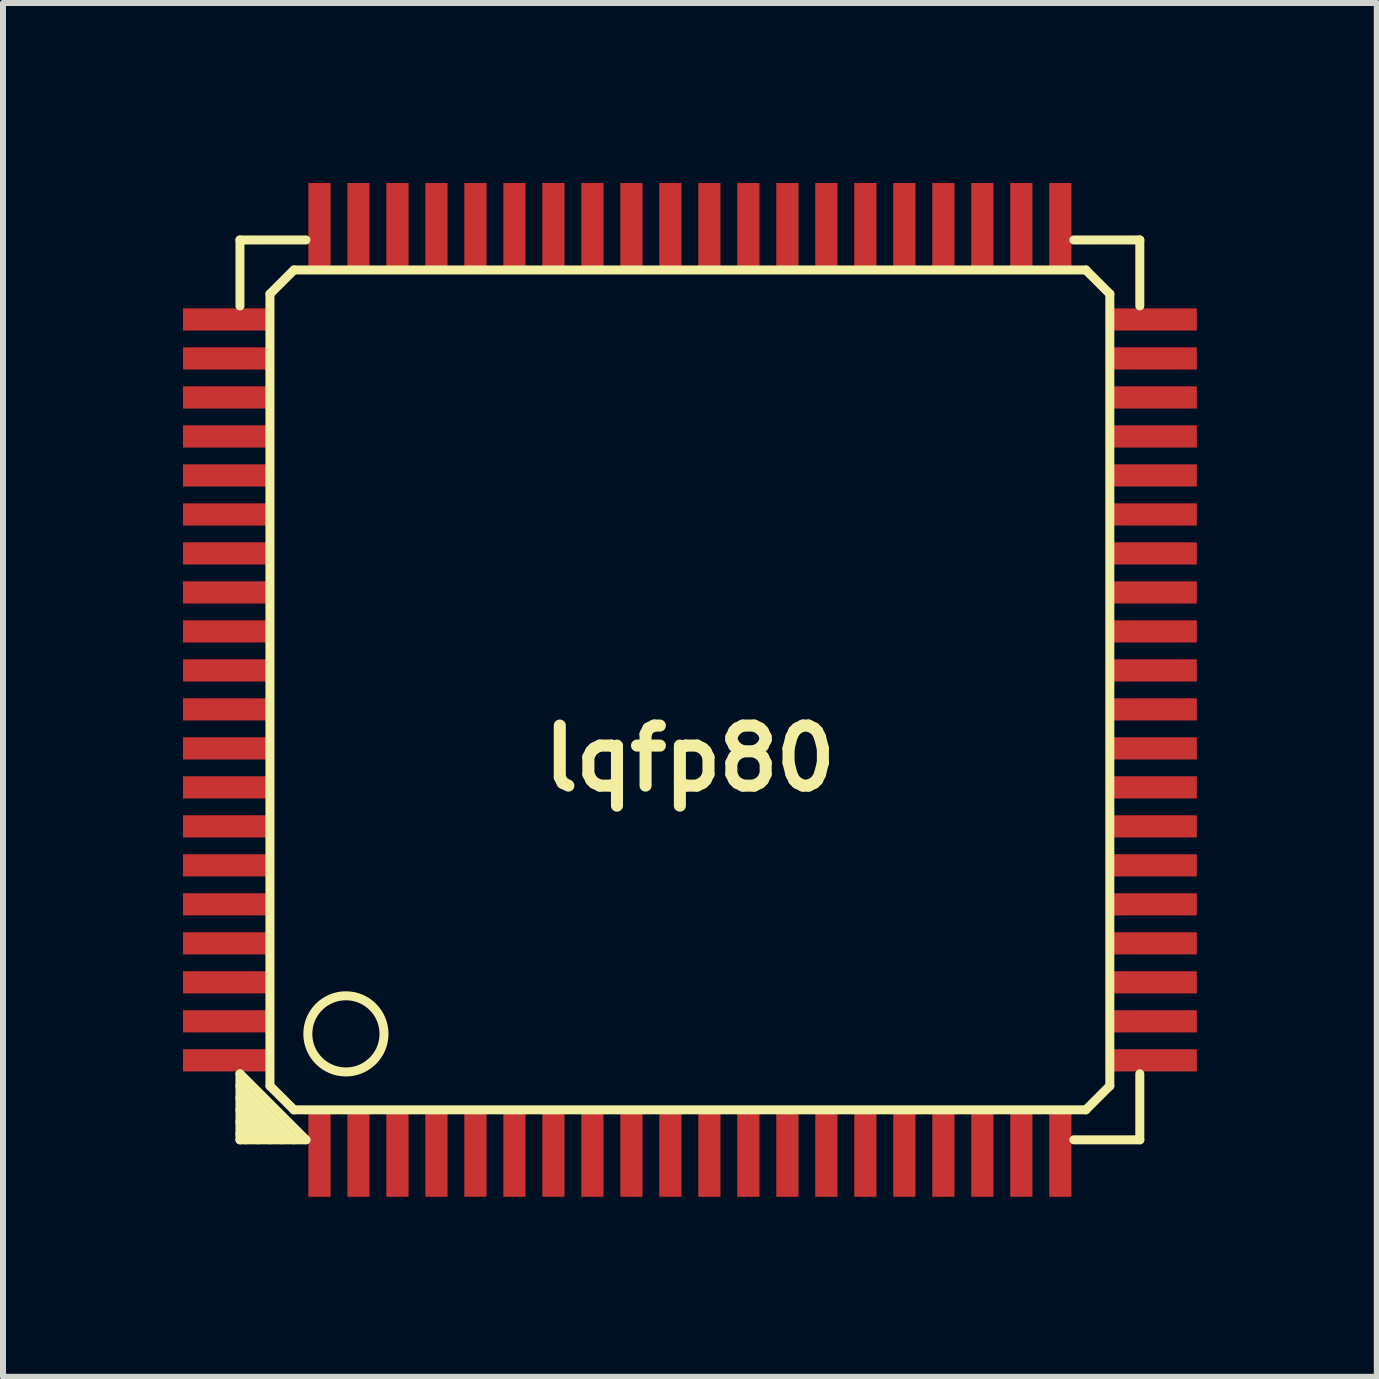
<source format=kicad_pcb>
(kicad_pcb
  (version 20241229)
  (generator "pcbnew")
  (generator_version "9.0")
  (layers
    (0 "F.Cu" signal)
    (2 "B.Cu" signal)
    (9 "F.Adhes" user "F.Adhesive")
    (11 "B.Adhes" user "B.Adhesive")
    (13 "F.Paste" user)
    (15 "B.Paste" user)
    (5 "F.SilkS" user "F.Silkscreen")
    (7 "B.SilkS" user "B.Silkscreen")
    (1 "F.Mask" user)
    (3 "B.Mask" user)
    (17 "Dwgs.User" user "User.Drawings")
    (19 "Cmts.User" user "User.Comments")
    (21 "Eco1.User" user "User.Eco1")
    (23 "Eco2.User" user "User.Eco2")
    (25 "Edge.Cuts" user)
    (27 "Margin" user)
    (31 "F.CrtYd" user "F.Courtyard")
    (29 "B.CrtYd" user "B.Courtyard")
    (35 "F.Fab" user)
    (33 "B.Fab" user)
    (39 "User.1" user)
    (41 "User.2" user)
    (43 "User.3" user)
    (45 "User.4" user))
  (footprint "lqfp80"
    (layer "F.Cu")
    (at 8.45 8.45)
    (property "Reference" "lqfp80" (at 0 1.143 0) (layer "F.SilkS") (effects (font (size 1.001 1.001) (thickness 0.201))))
    (attr through_hole)
    (fp_line (start -7.5 -7.5) (end -6.4 -7.5) (stroke (width 0.15) (type solid)) (layer "F.SilkS"))
    (fp_line (start -7.5 -6.4) (end -7.5 -7.5) (stroke (width 0.15) (type solid)) (layer "F.SilkS"))
    (fp_line (start -7.5 6.4) (end -7.5 7.5) (stroke (width 0.15) (type solid)) (layer "F.SilkS"))
    (fp_line (start -7.5 6.601) (end -6.601 7.5) (stroke (width 0.15) (type solid)) (layer "F.SilkS"))
    (fp_line (start -7.5 6.999) (end -6.999 7.5) (stroke (width 0.15) (type solid)) (layer "F.SilkS"))
    (fp_line (start -7.5 7.401) (end -7.401 7.5) (stroke (width 0.15) (type solid)) (layer "F.SilkS"))
    (fp_line (start -7.5 7.5) (end -6.4 7.5) (stroke (width 0.15) (type solid)) (layer "F.SilkS"))
    (fp_line (start -7.2 7.5) (end -7.5 7.2) (stroke (width 0.15) (type solid)) (layer "F.SilkS"))
    (fp_line (start -7 -6.6) (end -7 6.6) (stroke (width 0.15) (type solid)) (layer "F.SilkS"))
    (fp_line (start -7 6.6) (end -6.6 7) (stroke (width 0.15) (type solid)) (layer "F.SilkS"))
    (fp_line (start -6.801 7.5) (end -7.5 6.801) (stroke (width 0.15) (type solid)) (layer "F.SilkS"))
    (fp_line (start -6.6 -7) (end -7 -6.6) (stroke (width 0.15) (type solid)) (layer "F.SilkS"))
    (fp_line (start -6.6 7) (end 6.6 7) (stroke (width 0.15) (type solid)) (layer "F.SilkS"))
    (fp_line (start -6.4 7.5) (end -7.5 6.4) (stroke (width 0.15) (type solid)) (layer "F.SilkS"))
    (fp_line (start 6.4 7.5) (end 7.5 7.5) (stroke (width 0.15) (type solid)) (layer "F.SilkS"))
    (fp_line (start 6.6 -7) (end -6.6 -7) (stroke (width 0.15) (type solid)) (layer "F.SilkS"))
    (fp_line (start 6.6 7) (end 7 6.6) (stroke (width 0.15) (type solid)) (layer "F.SilkS"))
    (fp_line (start 7 -6.6) (end 6.6 -7) (stroke (width 0.15) (type solid)) (layer "F.SilkS"))
    (fp_line (start 7 6.6) (end 7 -6.6) (stroke (width 0.15) (type solid)) (layer "F.SilkS"))
    (fp_line (start 7.5 -7.5) (end 6.4 -7.5) (stroke (width 0.15) (type solid)) (layer "F.SilkS"))
    (fp_line (start 7.5 -7.5) (end 7.5 -6.4) (stroke (width 0.15) (type solid)) (layer "F.SilkS"))
    (fp_line (start 7.5 7.5) (end 7.5 6.4) (stroke (width 0.15) (type solid)) (layer "F.SilkS"))
    (fp_circle (center -5.734 5.734) (end -6.115 6.242) (stroke (width 0.15) (type solid)) (fill no) (layer "F.SilkS"))
    (pad "1" smd rect (at -6.175 7.7) (size 0.37 1.5) (layers "F.Cu" "F.Mask" "F.Paste"))
    (pad "2" smd rect (at -5.525 7.7) (size 0.37 1.5) (layers "F.Cu" "F.Mask" "F.Paste"))
    (pad "3" smd rect (at -4.875 7.7) (size 0.37 1.5) (layers "F.Cu" "F.Mask" "F.Paste"))
    (pad "4" smd rect (at -4.225 7.7) (size 0.37 1.5) (layers "F.Cu" "F.Mask" "F.Paste"))
    (pad "5" smd rect (at -3.575 7.7) (size 0.37 1.5) (layers "F.Cu" "F.Mask" "F.Paste"))
    (pad "6" smd rect (at -2.925 7.7) (size 0.37 1.5) (layers "F.Cu" "F.Mask" "F.Paste"))
    (pad "7" smd rect (at -2.275 7.7) (size 0.37 1.5) (layers "F.Cu" "F.Mask" "F.Paste"))
    (pad "8" smd rect (at -1.625 7.7) (size 0.37 1.5) (layers "F.Cu" "F.Mask" "F.Paste"))
    (pad "9" smd rect (at -0.975 7.7) (size 0.37 1.5) (layers "F.Cu" "F.Mask" "F.Paste"))
    (pad "10" smd rect (at -0.325 7.7) (size 0.37 1.5) (layers "F.Cu" "F.Mask" "F.Paste"))
    (pad "11" smd rect (at 0.325 7.7) (size 0.37 1.5) (layers "F.Cu" "F.Mask" "F.Paste"))
    (pad "12" smd rect (at 0.975 7.7) (size 0.37 1.5) (layers "F.Cu" "F.Mask" "F.Paste"))
    (pad "13" smd rect (at 1.625 7.7) (size 0.37 1.5) (layers "F.Cu" "F.Mask" "F.Paste"))
    (pad "14" smd rect (at 2.275 7.7) (size 0.37 1.5) (layers "F.Cu" "F.Mask" "F.Paste"))
    (pad "15" smd rect (at 2.925 7.7) (size 0.37 1.5) (layers "F.Cu" "F.Mask" "F.Paste"))
    (pad "16" smd rect (at 3.575 7.7) (size 0.37 1.5) (layers "F.Cu" "F.Mask" "F.Paste"))
    (pad "17" smd rect (at 4.225 7.7) (size 0.37 1.5) (layers "F.Cu" "F.Mask" "F.Paste"))
    (pad "18" smd rect (at 4.875 7.7) (size 0.37 1.5) (layers "F.Cu" "F.Mask" "F.Paste"))
    (pad "19" smd rect (at 5.525 7.7) (size 0.37 1.5) (layers "F.Cu" "F.Mask" "F.Paste"))
    (pad "20" smd rect (at 6.175 7.7) (size 0.37 1.5) (layers "F.Cu" "F.Mask" "F.Paste"))
    (pad "21" smd rect (at 7.7 6.175) (size 1.5 0.37) (layers "F.Cu" "F.Mask" "F.Paste"))
    (pad "22" smd rect (at 7.7 5.525) (size 1.5 0.37) (layers "F.Cu" "F.Mask" "F.Paste"))
    (pad "23" smd rect (at 7.7 4.875) (size 1.5 0.37) (layers "F.Cu" "F.Mask" "F.Paste"))
    (pad "24" smd rect (at 7.7 4.225) (size 1.5 0.37) (layers "F.Cu" "F.Mask" "F.Paste"))
    (pad "25" smd rect (at 7.7 3.575) (size 1.5 0.37) (layers "F.Cu" "F.Mask" "F.Paste"))
    (pad "26" smd rect (at 7.7 2.925) (size 1.5 0.37) (layers "F.Cu" "F.Mask" "F.Paste"))
    (pad "27" smd rect (at 7.7 2.275) (size 1.5 0.37) (layers "F.Cu" "F.Mask" "F.Paste"))
    (pad "28" smd rect (at 7.7 1.625) (size 1.5 0.37) (layers "F.Cu" "F.Mask" "F.Paste"))
    (pad "29" smd rect (at 7.7 0.975) (size 1.5 0.37) (layers "F.Cu" "F.Mask" "F.Paste"))
    (pad "30" smd rect (at 7.7 0.325) (size 1.5 0.37) (layers "F.Cu" "F.Mask" "F.Paste"))
    (pad "31" smd rect (at 7.7 -0.325) (size 1.5 0.37) (layers "F.Cu" "F.Mask" "F.Paste"))
    (pad "32" smd rect (at 7.7 -0.975) (size 1.5 0.37) (layers "F.Cu" "F.Mask" "F.Paste"))
    (pad "33" smd rect (at 7.7 -1.625) (size 1.5 0.37) (layers "F.Cu" "F.Mask" "F.Paste"))
    (pad "34" smd rect (at 7.7 -2.275) (size 1.5 0.37) (layers "F.Cu" "F.Mask" "F.Paste"))
    (pad "35" smd rect (at 7.7 -2.925) (size 1.5 0.37) (layers "F.Cu" "F.Mask" "F.Paste"))
    (pad "36" smd rect (at 7.7 -3.575) (size 1.5 0.37) (layers "F.Cu" "F.Mask" "F.Paste"))
    (pad "37" smd rect (at 7.7 -4.225) (size 1.5 0.37) (layers "F.Cu" "F.Mask" "F.Paste"))
    (pad "38" smd rect (at 7.7 -4.875) (size 1.5 0.37) (layers "F.Cu" "F.Mask" "F.Paste"))
    (pad "39" smd rect (at 7.7 -5.525) (size 1.5 0.37) (layers "F.Cu" "F.Mask" "F.Paste"))
    (pad "40" smd rect (at 7.7 -6.175) (size 1.5 0.37) (layers "F.Cu" "F.Mask" "F.Paste"))
    (pad "41" smd rect (at 6.175 -7.7) (size 0.37 1.5) (layers "F.Cu" "F.Mask" "F.Paste"))
    (pad "42" smd rect (at 5.525 -7.7) (size 0.37 1.5) (layers "F.Cu" "F.Mask" "F.Paste"))
    (pad "43" smd rect (at 4.875 -7.7) (size 0.37 1.5) (layers "F.Cu" "F.Mask" "F.Paste"))
    (pad "44" smd rect (at 4.225 -7.7) (size 0.37 1.5) (layers "F.Cu" "F.Mask" "F.Paste"))
    (pad "45" smd rect (at 3.575 -7.7) (size 0.37 1.5) (layers "F.Cu" "F.Mask" "F.Paste"))
    (pad "46" smd rect (at 2.925 -7.7) (size 0.37 1.5) (layers "F.Cu" "F.Mask" "F.Paste"))
    (pad "47" smd rect (at 2.275 -7.7) (size 0.37 1.5) (layers "F.Cu" "F.Mask" "F.Paste"))
    (pad "48" smd rect (at 1.625 -7.7) (size 0.37 1.5) (layers "F.Cu" "F.Mask" "F.Paste"))
    (pad "49" smd rect (at 0.975 -7.7) (size 0.37 1.5) (layers "F.Cu" "F.Mask" "F.Paste"))
    (pad "50" smd rect (at 0.325 -7.7) (size 0.37 1.5) (layers "F.Cu" "F.Mask" "F.Paste"))
    (pad "51" smd rect (at -0.325 -7.7) (size 0.37 1.5) (layers "F.Cu" "F.Mask" "F.Paste"))
    (pad "52" smd rect (at -0.975 -7.7) (size 0.37 1.5) (layers "F.Cu" "F.Mask" "F.Paste"))
    (pad "53" smd rect (at -1.625 -7.7) (size 0.37 1.5) (layers "F.Cu" "F.Mask" "F.Paste"))
    (pad "54" smd rect (at -2.275 -7.7) (size 0.37 1.5) (layers "F.Cu" "F.Mask" "F.Paste"))
    (pad "55" smd rect (at -2.925 -7.7) (size 0.37 1.5) (layers "F.Cu" "F.Mask" "F.Paste"))
    (pad "56" smd rect (at -3.575 -7.7) (size 0.37 1.5) (layers "F.Cu" "F.Mask" "F.Paste"))
    (pad "57" smd rect (at -4.225 -7.7) (size 0.37 1.5) (layers "F.Cu" "F.Mask" "F.Paste"))
    (pad "58" smd rect (at -4.875 -7.7) (size 0.37 1.5) (layers "F.Cu" "F.Mask" "F.Paste"))
    (pad "59" smd rect (at -5.525 -7.7) (size 0.37 1.5) (layers "F.Cu" "F.Mask" "F.Paste"))
    (pad "60" smd rect (at -6.175 -7.7) (size 0.37 1.5) (layers "F.Cu" "F.Mask" "F.Paste"))
    (pad "61" smd rect (at -7.7 -6.175) (size 1.5 0.37) (layers "F.Cu" "F.Mask" "F.Paste"))
    (pad "62" smd rect (at -7.7 -5.525) (size 1.5 0.37) (layers "F.Cu" "F.Mask" "F.Paste"))
    (pad "63" smd rect (at -7.7 -4.875) (size 1.5 0.37) (layers "F.Cu" "F.Mask" "F.Paste"))
    (pad "64" smd rect (at -7.7 -4.225) (size 1.5 0.37) (layers "F.Cu" "F.Mask" "F.Paste"))
    (pad "65" smd rect (at -7.7 -3.575) (size 1.5 0.37) (layers "F.Cu" "F.Mask" "F.Paste"))
    (pad "66" smd rect (at -7.7 -2.925) (size 1.5 0.37) (layers "F.Cu" "F.Mask" "F.Paste"))
    (pad "67" smd rect (at -7.7 -2.275) (size 1.5 0.37) (layers "F.Cu" "F.Mask" "F.Paste"))
    (pad "68" smd rect (at -7.7 -1.625) (size 1.5 0.37) (layers "F.Cu" "F.Mask" "F.Paste"))
    (pad "69" smd rect (at -7.7 -0.975) (size 1.5 0.37) (layers "F.Cu" "F.Mask" "F.Paste"))
    (pad "70" smd rect (at -7.7 -0.325) (size 1.5 0.37) (layers "F.Cu" "F.Mask" "F.Paste"))
    (pad "71" smd rect (at -7.7 0.325) (size 1.5 0.37) (layers "F.Cu" "F.Mask" "F.Paste"))
    (pad "72" smd rect (at -7.7 0.975) (size 1.5 0.37) (layers "F.Cu" "F.Mask" "F.Paste"))
    (pad "73" smd rect (at -7.7 1.625) (size 1.5 0.37) (layers "F.Cu" "F.Mask" "F.Paste"))
    (pad "74" smd rect (at -7.7 2.275) (size 1.5 0.37) (layers "F.Cu" "F.Mask" "F.Paste"))
    (pad "75" smd rect (at -7.7 2.925) (size 1.5 0.37) (layers "F.Cu" "F.Mask" "F.Paste"))
    (pad "76" smd rect (at -7.7 3.575) (size 1.5 0.37) (layers "F.Cu" "F.Mask" "F.Paste"))
    (pad "77" smd rect (at -7.7 4.225) (size 1.5 0.37) (layers "F.Cu" "F.Mask" "F.Paste"))
    (pad "78" smd rect (at -7.7 4.875) (size 1.5 0.37) (layers "F.Cu" "F.Mask" "F.Paste"))
    (pad "79" smd rect (at -7.7 5.525) (size 1.5 0.37) (layers "F.Cu" "F.Mask" "F.Paste"))
    (pad "80" smd rect (at -7.7 6.175) (size 1.5 0.37) (layers "F.Cu" "F.Mask" "F.Paste")))
  (gr_rect
    (start -3 -3)
    (end 19.9 19.9)
    (stroke (width 0.1) (type default))
    (fill no)
    (layer "Edge.Cuts")))
</source>
